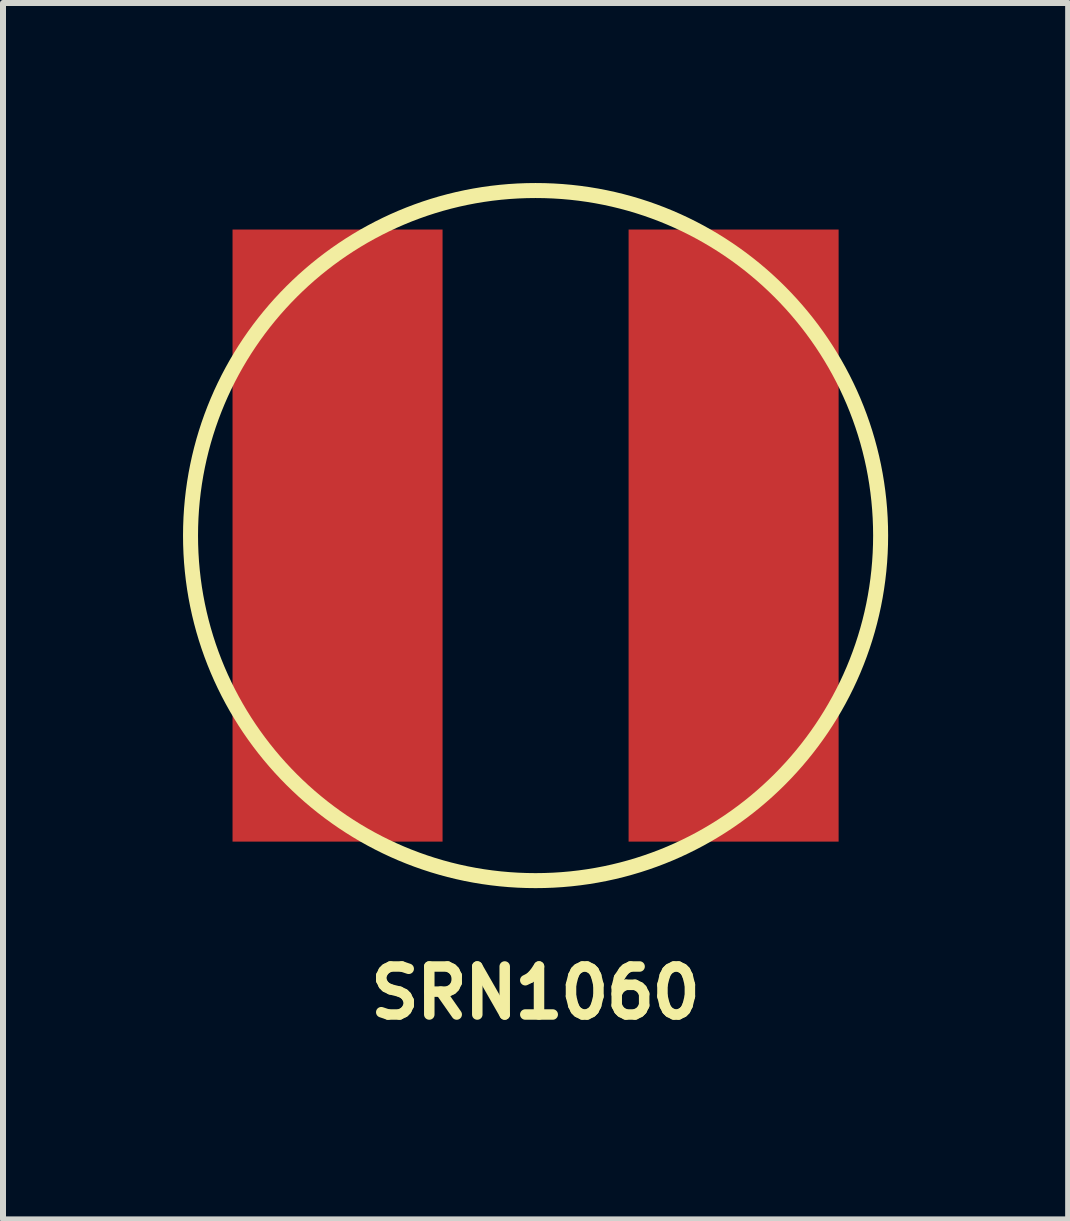
<source format=kicad_pcb>
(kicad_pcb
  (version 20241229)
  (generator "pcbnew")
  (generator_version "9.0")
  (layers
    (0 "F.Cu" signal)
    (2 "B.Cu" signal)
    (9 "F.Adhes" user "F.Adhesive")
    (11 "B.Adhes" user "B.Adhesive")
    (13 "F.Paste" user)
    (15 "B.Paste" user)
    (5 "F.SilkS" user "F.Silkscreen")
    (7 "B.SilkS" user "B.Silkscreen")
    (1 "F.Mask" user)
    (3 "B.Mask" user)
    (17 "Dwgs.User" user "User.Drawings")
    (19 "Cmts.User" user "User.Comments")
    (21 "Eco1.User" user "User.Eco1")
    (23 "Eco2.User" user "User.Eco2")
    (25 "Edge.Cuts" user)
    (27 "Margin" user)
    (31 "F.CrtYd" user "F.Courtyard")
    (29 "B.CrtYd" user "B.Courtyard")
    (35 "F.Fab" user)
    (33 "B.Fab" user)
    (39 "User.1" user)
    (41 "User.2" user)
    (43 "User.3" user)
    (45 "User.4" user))
  (footprint "SRN1060"
    (layer "F.Cu")
    (at 5.875 5.875)
    (property "Reference" "SRN1060" (at 0 7.62 0) (layer "F.SilkS") (effects (font (size 0.8 0.8) (thickness 0.175))))
    (attr through_hole)
    (fp_circle (center 0 0) (end -5.75 0) (stroke (width 0.25) (type solid)) (fill no) (layer "F.SilkS"))
    (pad "1" smd rect (at -3.3 0) (size 3.5 10.2) (layers "F.Cu" "F.Mask" "F.Paste"))
    (pad "2" smd rect (at 3.3 0) (size 3.5 10.2) (layers "F.Cu" "F.Mask" "F.Paste")))
  (gr_rect
    (start -3 -3)
    (end 14.75 17.27)
    (stroke (width 0.1) (type default))
    (fill no)
    (layer "Edge.Cuts")))
</source>
